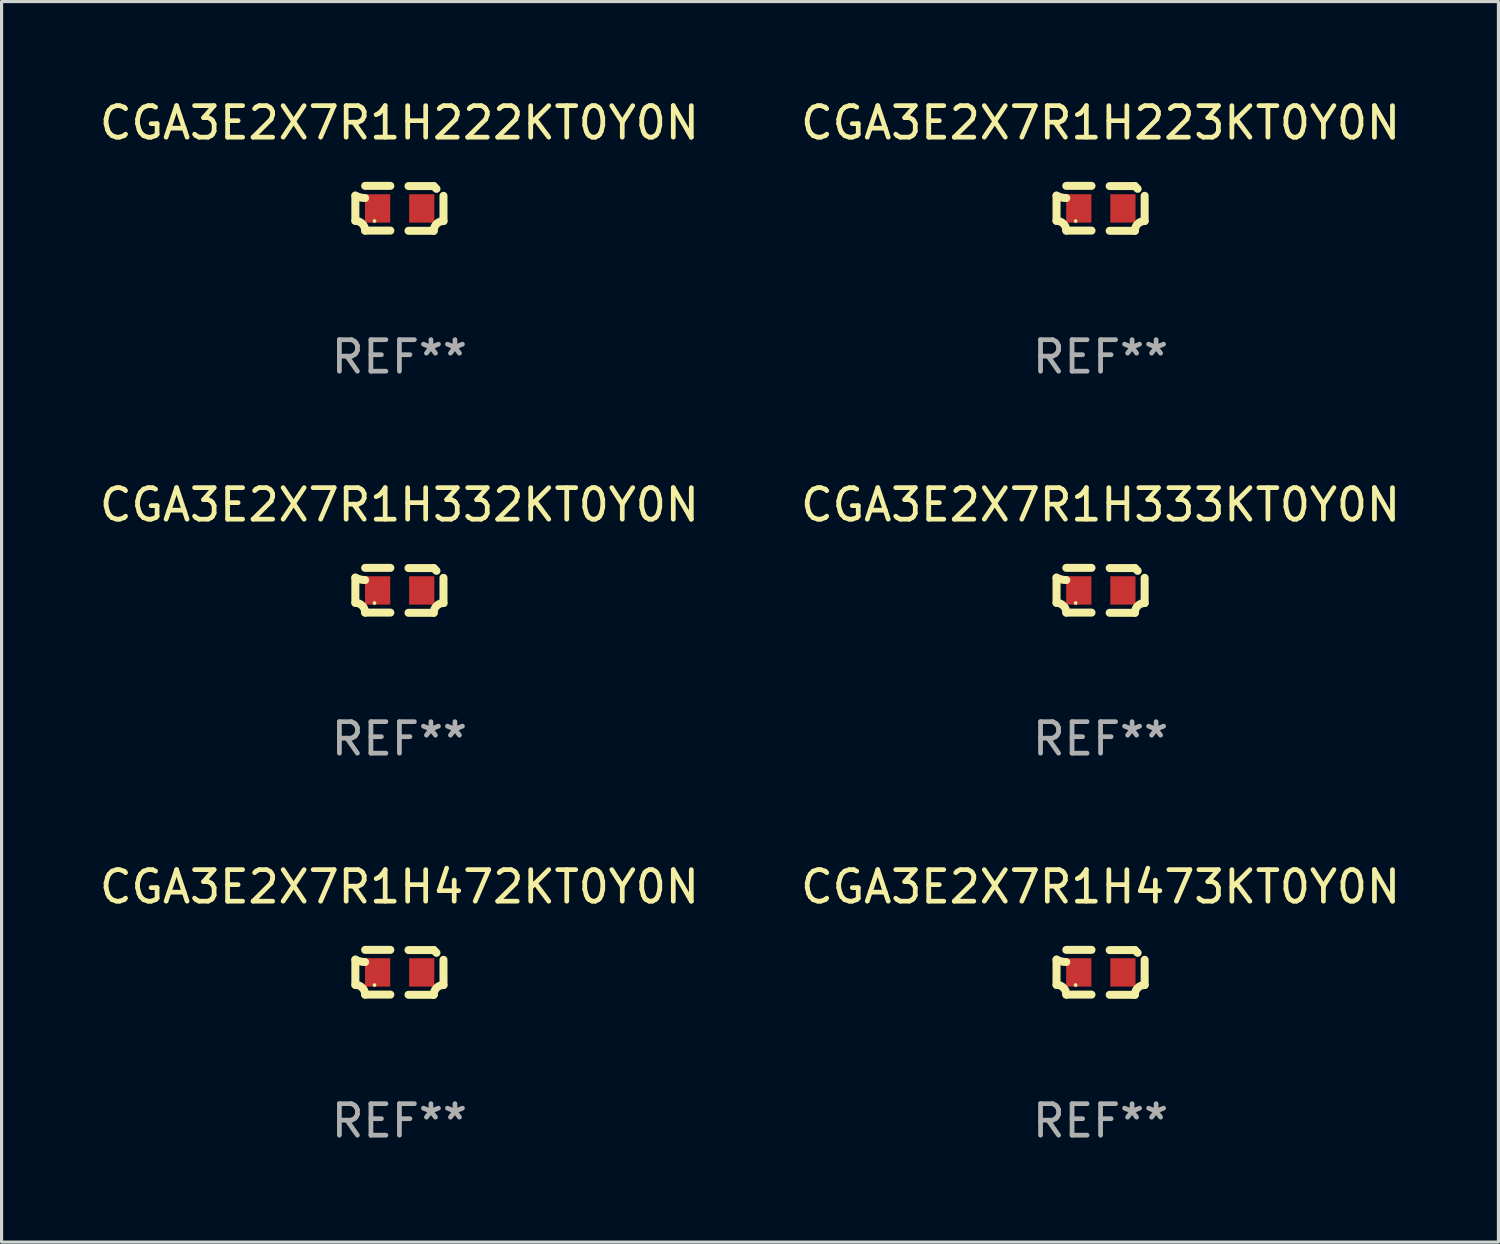
<source format=kicad_pcb>
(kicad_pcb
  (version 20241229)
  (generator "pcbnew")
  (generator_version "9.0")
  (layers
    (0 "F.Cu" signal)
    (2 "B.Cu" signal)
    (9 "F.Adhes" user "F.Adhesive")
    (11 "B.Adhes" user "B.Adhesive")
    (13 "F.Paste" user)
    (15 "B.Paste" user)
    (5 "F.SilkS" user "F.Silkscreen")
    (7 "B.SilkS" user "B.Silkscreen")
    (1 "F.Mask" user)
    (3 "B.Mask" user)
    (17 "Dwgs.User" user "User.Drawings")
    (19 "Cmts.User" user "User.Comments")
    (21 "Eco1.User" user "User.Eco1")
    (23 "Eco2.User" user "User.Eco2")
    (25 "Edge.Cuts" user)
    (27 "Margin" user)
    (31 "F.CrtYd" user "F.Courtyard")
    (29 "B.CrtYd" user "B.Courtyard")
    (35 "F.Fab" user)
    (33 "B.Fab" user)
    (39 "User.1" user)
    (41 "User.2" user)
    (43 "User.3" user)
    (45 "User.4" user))
  (footprint "CGA3E2X7R1H222KT0Y0N"
    (layer "F.Cu")
    (at 9.625 3.561)
    (property "Reference" "CGA3E2X7R1H222KT0Y0N" (at 0 -2.713 0) (layer "F.SilkS") (effects (font (size 1 1) (thickness 0.15))))
    (attr through_hole)
    (fp_line (start -1.398 -0.403) (end -1.398 0.397) (stroke (width 0.254) (type solid)) (layer "F.SilkS"))
    (fp_line (start -0.288 -0.713) (end -1.088 -0.713) (stroke (width 0.254) (type solid)) (layer "F.SilkS"))
    (fp_line (start -0.288 0.707) (end -1.088 0.707) (stroke (width 0.254) (type solid)) (layer "F.SilkS"))
    (fp_line (start 0.288 -0.707) (end 1.088 -0.707) (stroke (width 0.254) (type solid)) (layer "F.SilkS"))
    (fp_line (start 0.288 0.713) (end 1.088 0.713) (stroke (width 0.254) (type solid)) (layer "F.SilkS"))
    (fp_line (start 1.398 -0.397) (end 1.398 0.403) (stroke (width 0.254) (type solid)) (layer "F.SilkS"))
    (fp_arc (start -1.397789 0.397066) (mid -1.178701 0.487826) (end -1.08796 0.706922) (stroke (width 0.254001) (type solid)) (layer "F.SilkS"))
    (fp_arc (start -1.08796 -0.327176) (mid -1.247436 -0.346384) (end -1.39779 -0.402908) (stroke (width 0.254001) (type solid)) (layer "F.SilkS"))
    (fp_arc (start 1.087909 0.712738) (mid 1.178656 0.493655) (end 1.397739 0.402908) (stroke (width 0.254001) (type solid)) (layer "F.SilkS"))
    (fp_arc (start 1.175925 -0.618926) (mid 1.131917 -0.662923) (end 1.08791 -0.706922) (stroke (width 0.254001) (type solid)) (layer "F.SilkS"))
    (fp_circle (center -0.792 0.403) (end -0.762 0.403) (stroke (width 0.06) (type solid)) (fill no) (layer "F.SilkS"))
    (fp_text user "REF**" (at 0 4.713 0) (layer "F.Fab") (effects (font (size 1 1) (thickness 0.15))))
    (pad "1" smd rect (at -0.692 0.003) (size 0.8 0.9) (layers "F.Cu" "F.Mask" "F.Paste"))
    (pad "2" smd rect (at 0.708 0.003) (size 0.8 0.9) (layers "F.Cu" "F.Mask" "F.Paste")))
  (footprint "CGA3E2X7R1H472KT0Y0N"
    (layer "F.Cu")
    (at 9.625 27.805)
    (property "Reference" "CGA3E2X7R1H472KT0Y0N" (at 0 -2.713 0) (layer "F.SilkS") (effects (font (size 1 1) (thickness 0.15))))
    (attr through_hole)
    (fp_line (start -1.398 -0.403) (end -1.398 0.397) (stroke (width 0.254) (type solid)) (layer "F.SilkS"))
    (fp_line (start -0.288 -0.713) (end -1.088 -0.713) (stroke (width 0.254) (type solid)) (layer "F.SilkS"))
    (fp_line (start -0.288 0.707) (end -1.088 0.707) (stroke (width 0.254) (type solid)) (layer "F.SilkS"))
    (fp_line (start 0.288 -0.707) (end 1.088 -0.707) (stroke (width 0.254) (type solid)) (layer "F.SilkS"))
    (fp_line (start 0.288 0.713) (end 1.088 0.713) (stroke (width 0.254) (type solid)) (layer "F.SilkS"))
    (fp_line (start 1.398 -0.397) (end 1.398 0.403) (stroke (width 0.254) (type solid)) (layer "F.SilkS"))
    (fp_arc (start -1.397789 0.397066) (mid -1.178701 0.487826) (end -1.08796 0.706922) (stroke (width 0.254001) (type solid)) (layer "F.SilkS"))
    (fp_arc (start -1.08796 -0.327176) (mid -1.247436 -0.346384) (end -1.39779 -0.402908) (stroke (width 0.254001) (type solid)) (layer "F.SilkS"))
    (fp_arc (start 1.087909 0.712738) (mid 1.178656 0.493655) (end 1.397739 0.402908) (stroke (width 0.254001) (type solid)) (layer "F.SilkS"))
    (fp_arc (start 1.175925 -0.618926) (mid 1.131917 -0.662923) (end 1.08791 -0.706922) (stroke (width 0.254001) (type solid)) (layer "F.SilkS"))
    (fp_circle (center -0.792 0.403) (end -0.762 0.403) (stroke (width 0.06) (type solid)) (fill no) (layer "F.SilkS"))
    (fp_text user "REF**" (at 0 4.713 0) (layer "F.Fab") (effects (font (size 1 1) (thickness 0.15))))
    (pad "1" smd rect (at -0.692 0.003) (size 0.8 0.9) (layers "F.Cu" "F.Mask" "F.Paste"))
    (pad "2" smd rect (at 0.708 0.003) (size 0.8 0.9) (layers "F.Cu" "F.Mask" "F.Paste")))
  (footprint "CGA3E2X7R1H333KT0Y0N"
    (layer "F.Cu")
    (at 31.875 15.683)
    (property "Reference" "CGA3E2X7R1H333KT0Y0N" (at 0 -2.713 0) (layer "F.SilkS") (effects (font (size 1 1) (thickness 0.15))))
    (attr through_hole)
    (fp_line (start -1.398 -0.403) (end -1.398 0.397) (stroke (width 0.254) (type solid)) (layer "F.SilkS"))
    (fp_line (start -0.288 -0.713) (end -1.088 -0.713) (stroke (width 0.254) (type solid)) (layer "F.SilkS"))
    (fp_line (start -0.288 0.707) (end -1.088 0.707) (stroke (width 0.254) (type solid)) (layer "F.SilkS"))
    (fp_line (start 0.288 -0.707) (end 1.088 -0.707) (stroke (width 0.254) (type solid)) (layer "F.SilkS"))
    (fp_line (start 0.288 0.713) (end 1.088 0.713) (stroke (width 0.254) (type solid)) (layer "F.SilkS"))
    (fp_line (start 1.398 -0.397) (end 1.398 0.403) (stroke (width 0.254) (type solid)) (layer "F.SilkS"))
    (fp_arc (start -1.397789 0.397066) (mid -1.178701 0.487826) (end -1.08796 0.706922) (stroke (width 0.254001) (type solid)) (layer "F.SilkS"))
    (fp_arc (start -1.08796 -0.327176) (mid -1.247436 -0.346384) (end -1.39779 -0.402908) (stroke (width 0.254001) (type solid)) (layer "F.SilkS"))
    (fp_arc (start 1.087909 0.712738) (mid 1.178656 0.493655) (end 1.397739 0.402908) (stroke (width 0.254001) (type solid)) (layer "F.SilkS"))
    (fp_arc (start 1.175925 -0.618926) (mid 1.131917 -0.662923) (end 1.08791 -0.706922) (stroke (width 0.254001) (type solid)) (layer "F.SilkS"))
    (fp_circle (center -0.792 0.403) (end -0.762 0.403) (stroke (width 0.06) (type solid)) (fill no) (layer "F.SilkS"))
    (fp_text user "REF**" (at 0 4.713 0) (layer "F.Fab") (effects (font (size 1 1) (thickness 0.15))))
    (pad "1" smd rect (at -0.692 0.003) (size 0.8 0.9) (layers "F.Cu" "F.Mask" "F.Paste"))
    (pad "2" smd rect (at 0.708 0.003) (size 0.8 0.9) (layers "F.Cu" "F.Mask" "F.Paste")))
  (footprint "CGA3E2X7R1H473KT0Y0N"
    (layer "F.Cu")
    (at 31.875 27.805)
    (property "Reference" "CGA3E2X7R1H473KT0Y0N" (at 0 -2.713 0) (layer "F.SilkS") (effects (font (size 1 1) (thickness 0.15))))
    (attr through_hole)
    (fp_line (start -1.398 -0.403) (end -1.398 0.397) (stroke (width 0.254) (type solid)) (layer "F.SilkS"))
    (fp_line (start -0.288 -0.713) (end -1.088 -0.713) (stroke (width 0.254) (type solid)) (layer "F.SilkS"))
    (fp_line (start -0.288 0.707) (end -1.088 0.707) (stroke (width 0.254) (type solid)) (layer "F.SilkS"))
    (fp_line (start 0.288 -0.707) (end 1.088 -0.707) (stroke (width 0.254) (type solid)) (layer "F.SilkS"))
    (fp_line (start 0.288 0.713) (end 1.088 0.713) (stroke (width 0.254) (type solid)) (layer "F.SilkS"))
    (fp_line (start 1.398 -0.397) (end 1.398 0.403) (stroke (width 0.254) (type solid)) (layer "F.SilkS"))
    (fp_arc (start -1.397789 0.397066) (mid -1.178701 0.487826) (end -1.08796 0.706922) (stroke (width 0.254001) (type solid)) (layer "F.SilkS"))
    (fp_arc (start -1.08796 -0.327176) (mid -1.247436 -0.346384) (end -1.39779 -0.402908) (stroke (width 0.254001) (type solid)) (layer "F.SilkS"))
    (fp_arc (start 1.087909 0.712738) (mid 1.178656 0.493655) (end 1.397739 0.402908) (stroke (width 0.254001) (type solid)) (layer "F.SilkS"))
    (fp_arc (start 1.175925 -0.618926) (mid 1.131917 -0.662923) (end 1.08791 -0.706922) (stroke (width 0.254001) (type solid)) (layer "F.SilkS"))
    (fp_circle (center -0.792 0.403) (end -0.762 0.403) (stroke (width 0.06) (type solid)) (fill no) (layer "F.SilkS"))
    (fp_text user "REF**" (at 0 4.713 0) (layer "F.Fab") (effects (font (size 1 1) (thickness 0.15))))
    (pad "1" smd rect (at -0.692 0.003) (size 0.8 0.9) (layers "F.Cu" "F.Mask" "F.Paste"))
    (pad "2" smd rect (at 0.708 0.003) (size 0.8 0.9) (layers "F.Cu" "F.Mask" "F.Paste")))
  (footprint "CGA3E2X7R1H223KT0Y0N"
    (layer "F.Cu")
    (at 31.875 3.561)
    (property "Reference" "CGA3E2X7R1H223KT0Y0N" (at 0 -2.713 0) (layer "F.SilkS") (effects (font (size 1 1) (thickness 0.15))))
    (attr through_hole)
    (fp_line (start -1.398 -0.403) (end -1.398 0.397) (stroke (width 0.254) (type solid)) (layer "F.SilkS"))
    (fp_line (start -0.288 -0.713) (end -1.088 -0.713) (stroke (width 0.254) (type solid)) (layer "F.SilkS"))
    (fp_line (start -0.288 0.707) (end -1.088 0.707) (stroke (width 0.254) (type solid)) (layer "F.SilkS"))
    (fp_line (start 0.288 -0.707) (end 1.088 -0.707) (stroke (width 0.254) (type solid)) (layer "F.SilkS"))
    (fp_line (start 0.288 0.713) (end 1.088 0.713) (stroke (width 0.254) (type solid)) (layer "F.SilkS"))
    (fp_line (start 1.398 -0.397) (end 1.398 0.403) (stroke (width 0.254) (type solid)) (layer "F.SilkS"))
    (fp_arc (start -1.397789 0.397066) (mid -1.178701 0.487826) (end -1.08796 0.706922) (stroke (width 0.254001) (type solid)) (layer "F.SilkS"))
    (fp_arc (start -1.08796 -0.327176) (mid -1.247436 -0.346384) (end -1.39779 -0.402908) (stroke (width 0.254001) (type solid)) (layer "F.SilkS"))
    (fp_arc (start 1.087909 0.712738) (mid 1.178656 0.493655) (end 1.397739 0.402908) (stroke (width 0.254001) (type solid)) (layer "F.SilkS"))
    (fp_arc (start 1.175925 -0.618926) (mid 1.131917 -0.662923) (end 1.08791 -0.706922) (stroke (width 0.254001) (type solid)) (layer "F.SilkS"))
    (fp_circle (center -0.792 0.403) (end -0.762 0.403) (stroke (width 0.06) (type solid)) (fill no) (layer "F.SilkS"))
    (fp_text user "REF**" (at 0 4.713 0) (layer "F.Fab") (effects (font (size 1 1) (thickness 0.15))))
    (pad "1" smd rect (at -0.692 0.003) (size 0.8 0.9) (layers "F.Cu" "F.Mask" "F.Paste"))
    (pad "2" smd rect (at 0.708 0.003) (size 0.8 0.9) (layers "F.Cu" "F.Mask" "F.Paste")))
  (footprint "CGA3E2X7R1H332KT0Y0N"
    (layer "F.Cu")
    (at 9.625 15.683)
    (property "Reference" "CGA3E2X7R1H332KT0Y0N" (at 0 -2.713 0) (layer "F.SilkS") (effects (font (size 1 1) (thickness 0.15))))
    (attr through_hole)
    (fp_line (start -1.398 -0.403) (end -1.398 0.397) (stroke (width 0.254) (type solid)) (layer "F.SilkS"))
    (fp_line (start -0.288 -0.713) (end -1.088 -0.713) (stroke (width 0.254) (type solid)) (layer "F.SilkS"))
    (fp_line (start -0.288 0.707) (end -1.088 0.707) (stroke (width 0.254) (type solid)) (layer "F.SilkS"))
    (fp_line (start 0.288 -0.707) (end 1.088 -0.707) (stroke (width 0.254) (type solid)) (layer "F.SilkS"))
    (fp_line (start 0.288 0.713) (end 1.088 0.713) (stroke (width 0.254) (type solid)) (layer "F.SilkS"))
    (fp_line (start 1.398 -0.397) (end 1.398 0.403) (stroke (width 0.254) (type solid)) (layer "F.SilkS"))
    (fp_arc (start -1.397789 0.397066) (mid -1.178701 0.487826) (end -1.08796 0.706922) (stroke (width 0.254001) (type solid)) (layer "F.SilkS"))
    (fp_arc (start -1.08796 -0.327176) (mid -1.247436 -0.346384) (end -1.39779 -0.402908) (stroke (width 0.254001) (type solid)) (layer "F.SilkS"))
    (fp_arc (start 1.087909 0.712738) (mid 1.178656 0.493655) (end 1.397739 0.402908) (stroke (width 0.254001) (type solid)) (layer "F.SilkS"))
    (fp_arc (start 1.175925 -0.618926) (mid 1.131917 -0.662923) (end 1.08791 -0.706922) (stroke (width 0.254001) (type solid)) (layer "F.SilkS"))
    (fp_circle (center -0.792 0.403) (end -0.762 0.403) (stroke (width 0.06) (type solid)) (fill no) (layer "F.SilkS"))
    (fp_text user "REF**" (at 0 4.713 0) (layer "F.Fab") (effects (font (size 1 1) (thickness 0.15))))
    (pad "1" smd rect (at -0.692 0.003) (size 0.8 0.9) (layers "F.Cu" "F.Mask" "F.Paste"))
    (pad "2" smd rect (at 0.708 0.003) (size 0.8 0.9) (layers "F.Cu" "F.Mask" "F.Paste")))
  (gr_rect
    (start -3 -3)
    (end 44.5 36.366)
    (stroke (width 0.1) (type default))
    (fill no)
    (layer "Edge.Cuts")))
</source>
